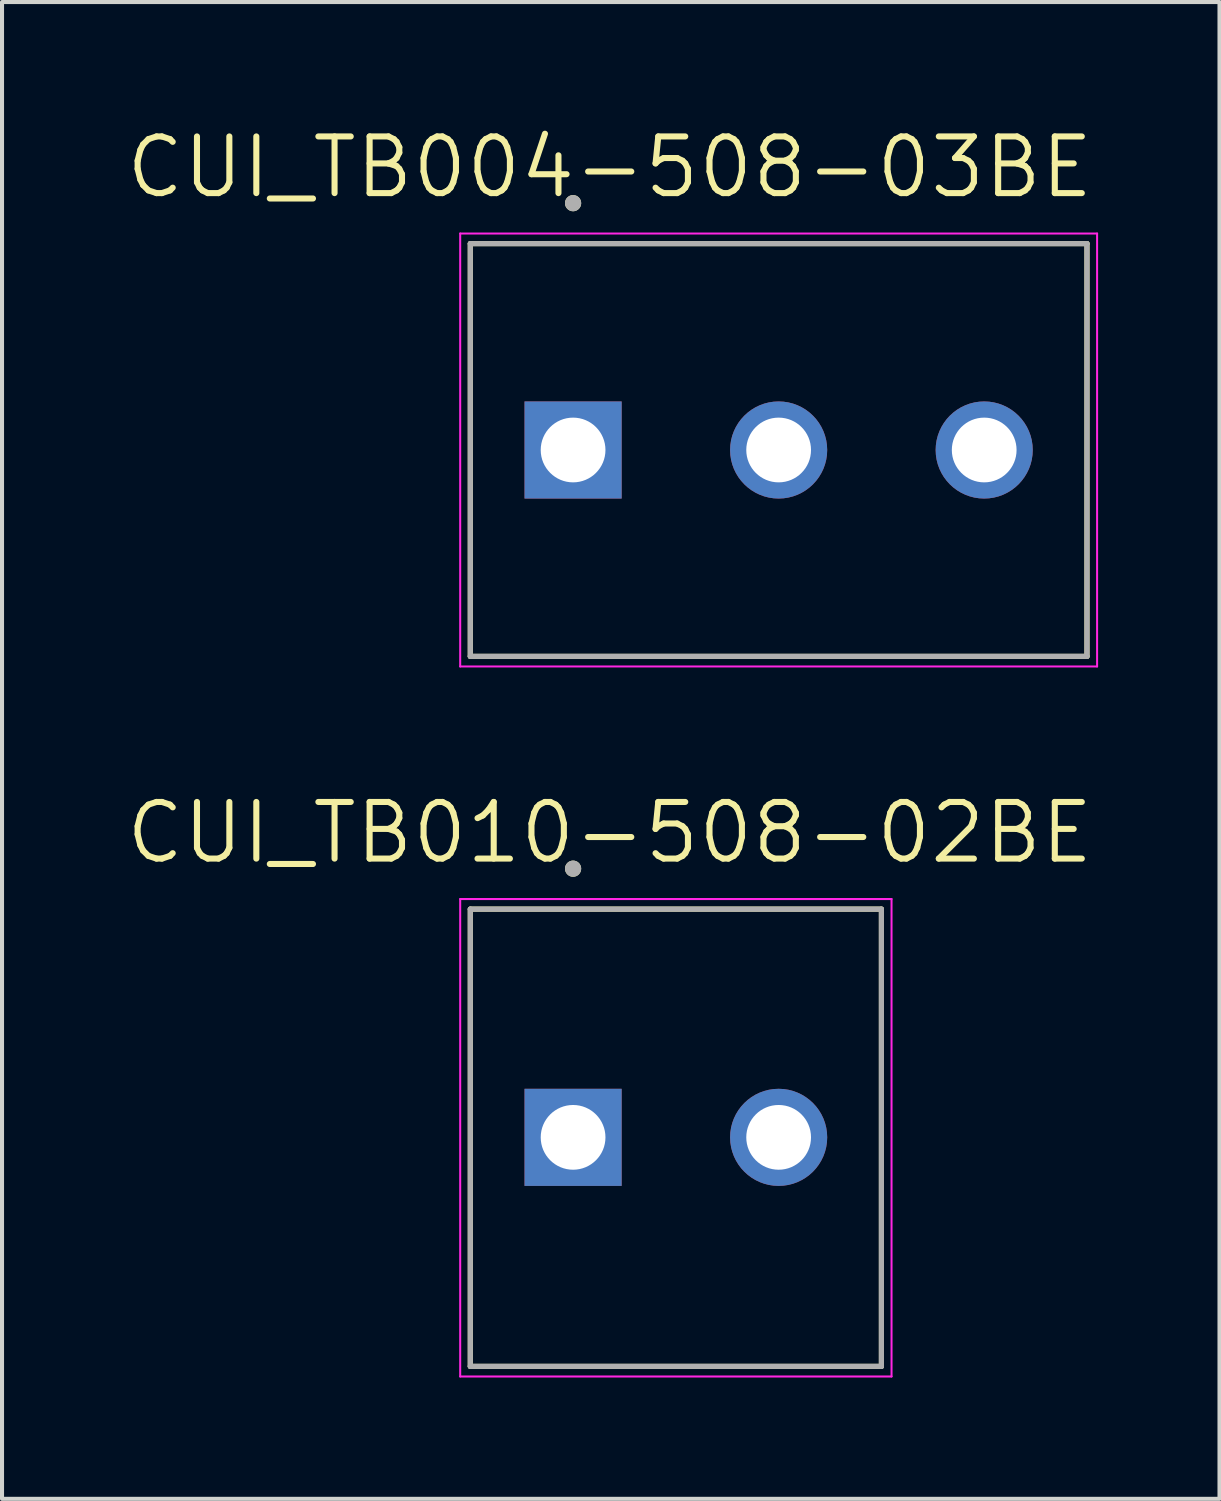
<source format=kicad_pcb>
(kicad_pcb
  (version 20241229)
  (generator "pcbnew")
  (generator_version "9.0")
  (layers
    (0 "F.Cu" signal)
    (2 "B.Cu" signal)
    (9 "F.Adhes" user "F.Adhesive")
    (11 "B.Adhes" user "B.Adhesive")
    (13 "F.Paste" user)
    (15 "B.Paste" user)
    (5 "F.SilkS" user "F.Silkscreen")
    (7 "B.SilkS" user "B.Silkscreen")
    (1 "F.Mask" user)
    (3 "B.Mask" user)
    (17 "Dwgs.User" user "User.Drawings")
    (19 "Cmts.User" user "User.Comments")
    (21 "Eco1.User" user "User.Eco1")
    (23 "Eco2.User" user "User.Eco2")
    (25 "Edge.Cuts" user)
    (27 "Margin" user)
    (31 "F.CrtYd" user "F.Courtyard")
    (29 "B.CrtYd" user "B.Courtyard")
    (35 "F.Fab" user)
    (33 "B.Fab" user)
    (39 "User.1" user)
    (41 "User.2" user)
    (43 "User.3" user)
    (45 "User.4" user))
  (footprint "CUI_TB004-508-03BE"
    (layer "F.Cu")
    (at 11.113 8.071)
    (property "Reference" "CUI_TB004-508-03BE" (at 0.905 -6.989 0) (layer "F.SilkS") (effects (font (size 1.4 1.4) (thickness 0.15))))
    (attr through_hole)
    (fp_line (start -2.54 -5.1) (end 12.7 -5.1) (stroke (width 0.127) (type solid)) (layer "F.SilkS"))
    (fp_line (start -2.54 5.1) (end -2.54 -5.1) (stroke (width 0.127) (type solid)) (layer "F.SilkS"))
    (fp_line (start 12.7 -5.1) (end 12.7 5.1) (stroke (width 0.127) (type solid)) (layer "F.SilkS"))
    (fp_line (start 12.7 5.1) (end -2.54 5.1) (stroke (width 0.127) (type solid)) (layer "F.SilkS"))
    (fp_circle (center 0 -6.1) (end 0.1 -6.1) (stroke (width 0.2) (type solid)) (fill no) (layer "F.SilkS"))
    (fp_line (start -2.79 -5.35) (end 12.95 -5.35) (stroke (width 0.05) (type solid)) (layer "F.CrtYd"))
    (fp_line (start -2.79 5.35) (end -2.79 -5.35) (stroke (width 0.05) (type solid)) (layer "F.CrtYd"))
    (fp_line (start 12.95 -5.35) (end 12.95 5.35) (stroke (width 0.05) (type solid)) (layer "F.CrtYd"))
    (fp_line (start 12.95 5.35) (end -2.79 5.35) (stroke (width 0.05) (type solid)) (layer "F.CrtYd"))
    (fp_line (start -2.54 -5.1) (end 12.7 -5.1) (stroke (width 0.127) (type solid)) (layer "F.Fab"))
    (fp_line (start -2.54 5.1) (end -2.54 -5.1) (stroke (width 0.127) (type solid)) (layer "F.Fab"))
    (fp_line (start 12.7 -5.1) (end 12.7 5.1) (stroke (width 0.127) (type solid)) (layer "F.Fab"))
    (fp_line (start 12.7 5.1) (end -2.54 5.1) (stroke (width 0.127) (type solid)) (layer "F.Fab"))
    (fp_circle (center 0 -6.1) (end 0.1 -6.1) (stroke (width 0.2) (type solid)) (fill no) (layer "F.Fab"))
    (pad "1" thru_hole rect (at 0 0) (size 2.4 2.4) (drill 1.6) (layers "*.Cu" "*.Mask"))
    (pad "2" thru_hole circle (at 5.08 0) (size 2.4 2.4) (drill 1.6) (layers "*.Cu" "*.Mask"))
    (pad "3" thru_hole circle (at 10.16 0) (size 2.4 2.4) (drill 1.6) (layers "*.Cu" "*.Mask")))
  (footprint "CUI_TB010-508-02BE"
    (layer "F.Cu")
    (at 11.113 25.058)
    (property "Reference" "CUI_TB010-508-02BE" (at 0.905 -7.529 0) (layer "F.SilkS") (effects (font (size 1.4 1.4) (thickness 0.15))))
    (attr through_hole)
    (fp_line (start -2.54 -5.64) (end 7.62 -5.64) (stroke (width 0.127) (type solid)) (layer "F.SilkS"))
    (fp_line (start -2.54 5.66) (end -2.54 -5.64) (stroke (width 0.127) (type solid)) (layer "F.SilkS"))
    (fp_line (start 7.62 -5.64) (end 7.62 5.66) (stroke (width 0.127) (type solid)) (layer "F.SilkS"))
    (fp_line (start 7.62 5.66) (end -2.54 5.66) (stroke (width 0.127) (type solid)) (layer "F.SilkS"))
    (fp_circle (center 0 -6.64) (end 0.1 -6.64) (stroke (width 0.2) (type solid)) (fill no) (layer "F.SilkS"))
    (fp_line (start -2.79 -5.89) (end 7.87 -5.89) (stroke (width 0.05) (type solid)) (layer "F.CrtYd"))
    (fp_line (start -2.79 5.91) (end -2.79 -5.89) (stroke (width 0.05) (type solid)) (layer "F.CrtYd"))
    (fp_line (start 7.87 -5.89) (end 7.87 5.91) (stroke (width 0.05) (type solid)) (layer "F.CrtYd"))
    (fp_line (start 7.87 5.91) (end -2.79 5.91) (stroke (width 0.05) (type solid)) (layer "F.CrtYd"))
    (fp_line (start -2.54 -5.64) (end 7.62 -5.64) (stroke (width 0.127) (type solid)) (layer "F.Fab"))
    (fp_line (start -2.54 5.66) (end -2.54 -5.64) (stroke (width 0.127) (type solid)) (layer "F.Fab"))
    (fp_line (start 7.62 -5.64) (end 7.62 5.66) (stroke (width 0.127) (type solid)) (layer "F.Fab"))
    (fp_line (start 7.62 5.66) (end -2.54 5.66) (stroke (width 0.127) (type solid)) (layer "F.Fab"))
    (fp_circle (center 0 -6.64) (end 0.1 -6.64) (stroke (width 0.2) (type solid)) (fill no) (layer "F.Fab"))
    (pad "1" thru_hole rect (at 0 0) (size 2.4 2.4) (drill 1.6) (layers "*.Cu" "*.Mask"))
    (pad "2" thru_hole circle (at 5.08 0) (size 2.4 2.4) (drill 1.6) (layers "*.Cu" "*.Mask")))
  (gr_rect
    (start -3 -3)
    (end 27.088 33.992)
    (stroke (width 0.1) (type default))
    (fill no)
    (layer "Edge.Cuts")))
</source>
